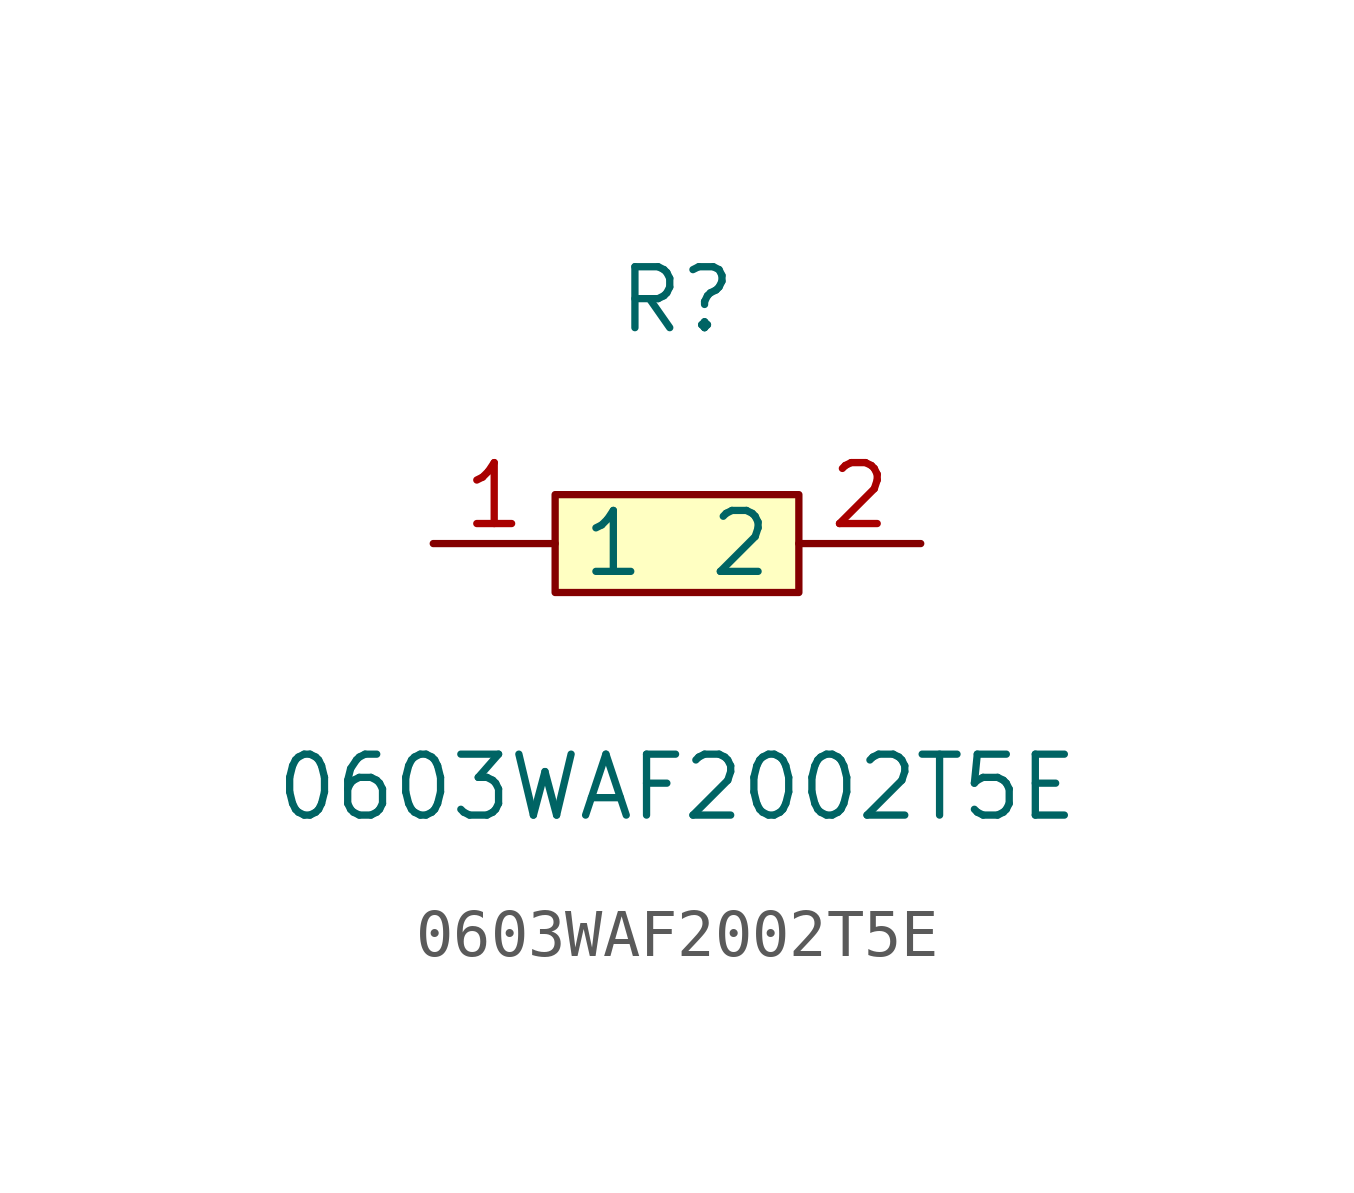
<source format=kicad_sym>
(kicad_symbol_lib
  (version 1)
  (generator "faebryk")
  (symbol "0603WAF2002T5E"
    (property "Reference" "R"
      (at 0 5.08 0)
      (effects (font (size 1.27 1.27)) (hide no)))
    (property "Value" "0603WAF2002T5E"
      (at 0 -5.08 0)
      (effects (font (size 1.27 1.27)) (hide no)))
    (symbol "0603WAF2002T5E_0_1"
      (rectangle (start -2.54 1.02) (end 2.54 -1.02) (stroke (width 0) (type default) (color 0 0 0 0)) (fill (type background)))
      (pin input line (at 5.08 0 180) (length 2.54) (name "2" (effects (font (size 1.27 1.27)) (hide no))) (number "2" (effects (font (size 1.27 1.27)) (hide no))))
      (pin input line (at -5.08 0 0) (length 2.54) (name "1" (effects (font (size 1.27 1.27)) (hide no))) (number "1" (effects (font (size 1.27 1.27)) (hide no)))))))
</source>
